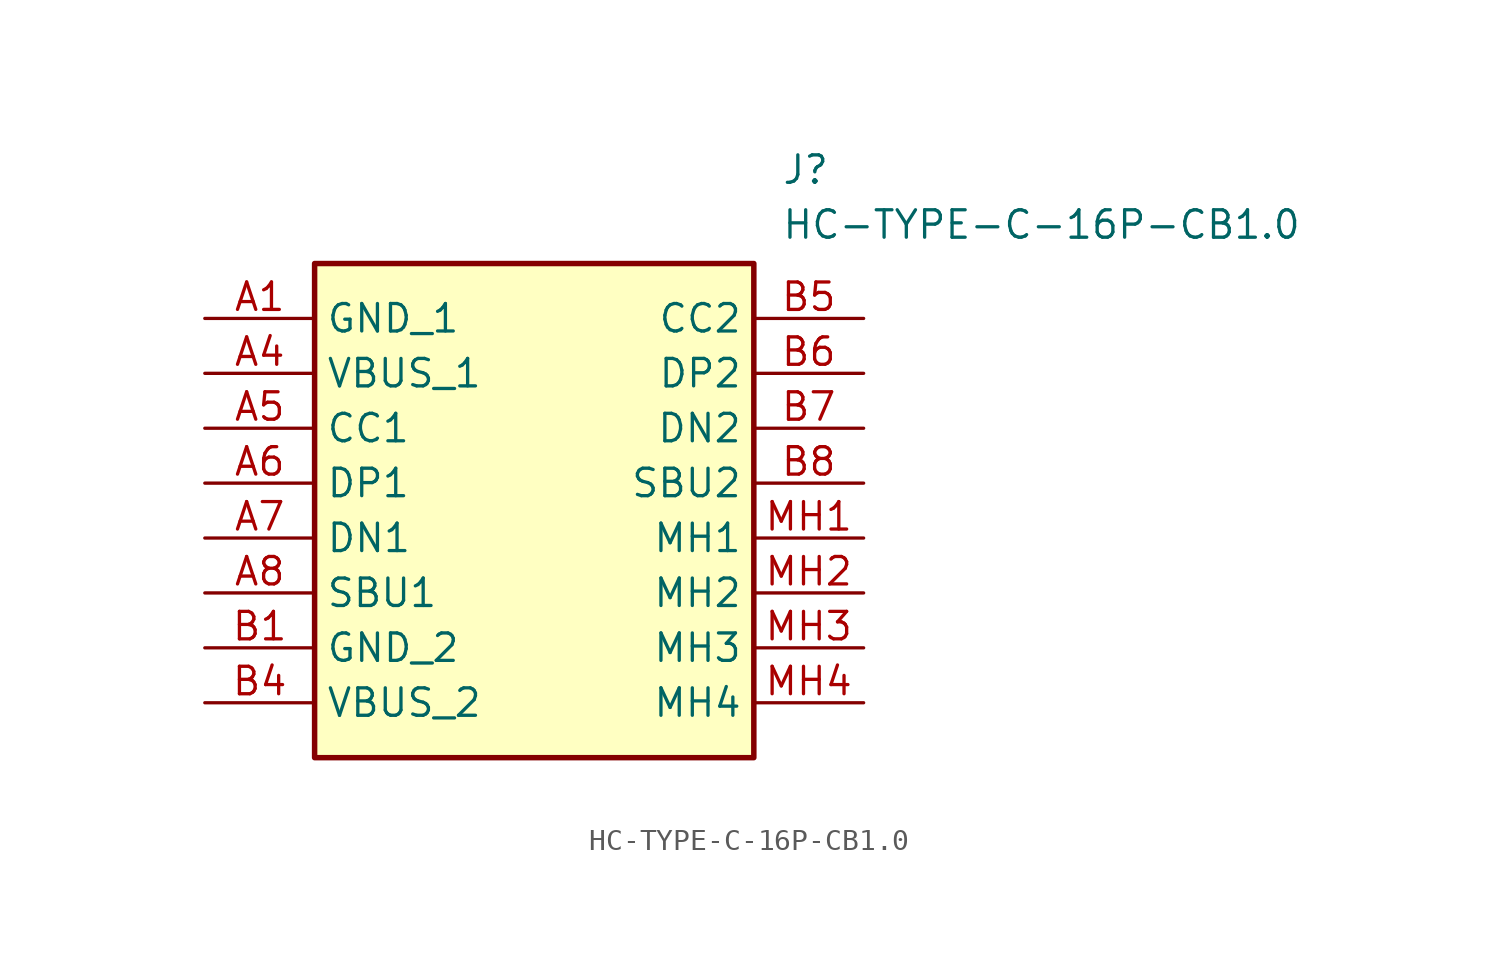
<source format=kicad_sym>
(kicad_symbol_lib
  (version 20211014)
  (generator SamacSys_ECAD_Model)
  (symbol "HC-TYPE-C-16P-CB1.0"
    (property "Reference" "J"
      (at 26.67 7.62 0)
      (effects (font (size 1.27 1.27)) (justify left top)))
    (property "Value" "HC-TYPE-C-16P-CB1.0"
      (at 26.67 5.08 0)
      (effects (font (size 1.27 1.27)) (justify left top)))
    (rectangle
      (start 5.08 2.54)
      (end 25.4 -20.32)
      (stroke (width 0.254) (type default))
      (fill (type background)))
    (pin passive line
      (at 0 0 0)
      (length 5.08)
      (name "GND_1" (effects (font (size 1.27 1.27))))
      (number "A1" (effects (font (size 1.27 1.27)))))
    (pin passive line
      (at 0 -2.54 0)
      (length 5.08)
      (name "VBUS_1" (effects (font (size 1.27 1.27))))
      (number "A4" (effects (font (size 1.27 1.27)))))
    (pin passive line
      (at 0 -5.08 0)
      (length 5.08)
      (name "CC1" (effects (font (size 1.27 1.27))))
      (number "A5" (effects (font (size 1.27 1.27)))))
    (pin passive line
      (at 0 -7.62 0)
      (length 5.08)
      (name "DP1" (effects (font (size 1.27 1.27))))
      (number "A6" (effects (font (size 1.27 1.27)))))
    (pin passive line
      (at 0 -10.16 0)
      (length 5.08)
      (name "DN1" (effects (font (size 1.27 1.27))))
      (number "A7" (effects (font (size 1.27 1.27)))))
    (pin passive line
      (at 0 -12.7 0)
      (length 5.08)
      (name "SBU1" (effects (font (size 1.27 1.27))))
      (number "A8" (effects (font (size 1.27 1.27)))))
    (pin passive line
      (at 0 -15.24 0)
      (length 5.08)
      (name "GND_2" (effects (font (size 1.27 1.27))))
      (number "B1" (effects (font (size 1.27 1.27)))))
    (pin passive line
      (at 0 -17.78 0)
      (length 5.08)
      (name "VBUS_2" (effects (font (size 1.27 1.27))))
      (number "B4" (effects (font (size 1.27 1.27)))))
    (pin passive line
      (at 30.48 0 180)
      (length 5.08)
      (name "CC2" (effects (font (size 1.27 1.27))))
      (number "B5" (effects (font (size 1.27 1.27)))))
    (pin passive line
      (at 30.48 -2.54 180)
      (length 5.08)
      (name "DP2" (effects (font (size 1.27 1.27))))
      (number "B6" (effects (font (size 1.27 1.27)))))
    (pin passive line
      (at 30.48 -5.08 180)
      (length 5.08)
      (name "DN2" (effects (font (size 1.27 1.27))))
      (number "B7" (effects (font (size 1.27 1.27)))))
    (pin passive line
      (at 30.48 -7.62 180)
      (length 5.08)
      (name "SBU2" (effects (font (size 1.27 1.27))))
      (number "B8" (effects (font (size 1.27 1.27)))))
    (pin passive line
      (at 30.48 -10.16 180)
      (length 5.08)
      (name "MH1" (effects (font (size 1.27 1.27))))
      (number "MH1" (effects (font (size 1.27 1.27)))))
    (pin passive line
      (at 30.48 -12.7 180)
      (length 5.08)
      (name "MH2" (effects (font (size 1.27 1.27))))
      (number "MH2" (effects (font (size 1.27 1.27)))))
    (pin passive line
      (at 30.48 -15.24 180)
      (length 5.08)
      (name "MH3" (effects (font (size 1.27 1.27))))
      (number "MH3" (effects (font (size 1.27 1.27)))))
    (pin passive line
      (at 30.48 -17.78 180)
      (length 5.08)
      (name "MH4" (effects (font (size 1.27 1.27))))
      (number "MH4" (effects (font (size 1.27 1.27)))))))
</source>
